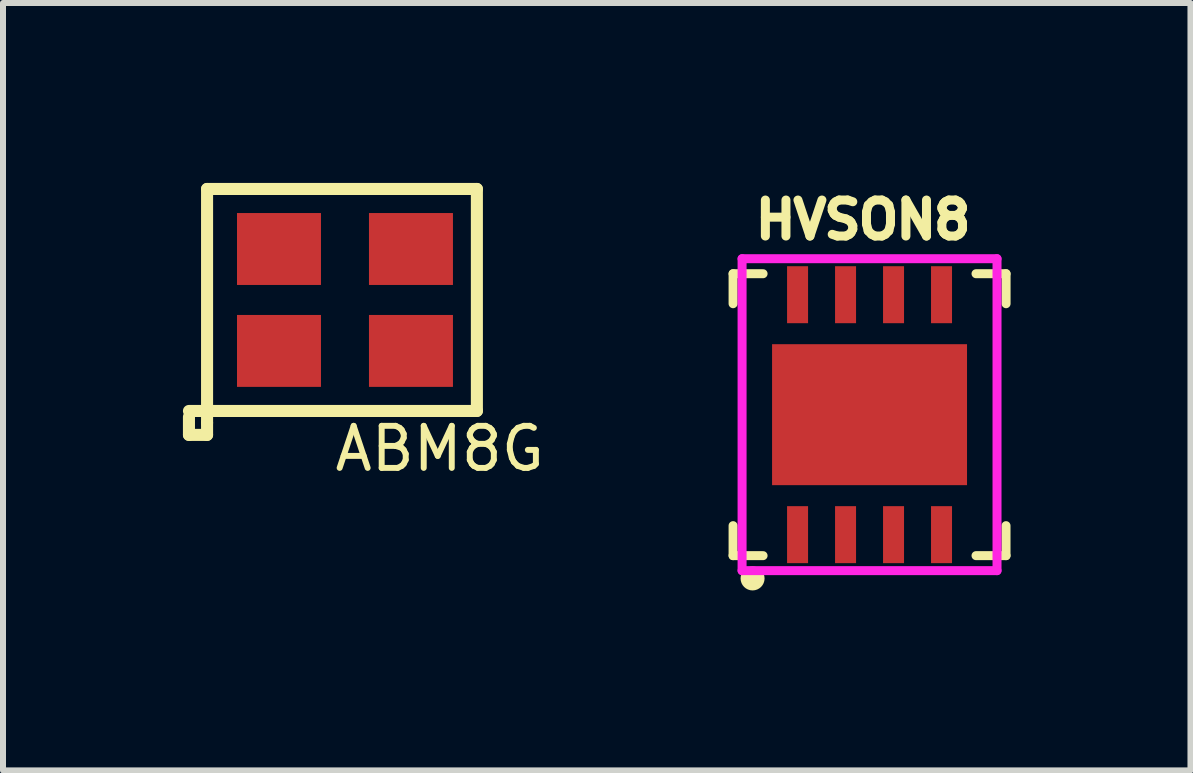
<source format=kicad_pcb>
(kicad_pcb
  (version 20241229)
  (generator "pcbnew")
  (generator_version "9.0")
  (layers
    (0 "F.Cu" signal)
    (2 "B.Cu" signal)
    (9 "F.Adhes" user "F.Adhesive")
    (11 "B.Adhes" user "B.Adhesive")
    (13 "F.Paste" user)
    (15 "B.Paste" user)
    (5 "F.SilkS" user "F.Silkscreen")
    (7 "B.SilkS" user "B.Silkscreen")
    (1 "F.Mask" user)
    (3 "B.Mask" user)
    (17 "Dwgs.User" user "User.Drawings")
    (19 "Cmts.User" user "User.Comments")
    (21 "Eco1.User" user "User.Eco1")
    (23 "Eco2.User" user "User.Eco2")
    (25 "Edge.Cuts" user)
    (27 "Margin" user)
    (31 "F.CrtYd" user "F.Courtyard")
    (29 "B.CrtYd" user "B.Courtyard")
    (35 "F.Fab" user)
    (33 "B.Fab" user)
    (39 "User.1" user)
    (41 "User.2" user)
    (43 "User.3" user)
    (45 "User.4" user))
  (footprint "ABM8G"
    (layer "F.Cu")
    (at 1.601 2.8)
    (property "Reference" "ABM8G" (at 2.68 1.631 0) (layer "F.SilkS") (effects (font (size 0.701 0.701) (thickness 0.099))))
    (attr through_hole)
    (fp_line (start -1.501 1.001) (end 3.299 1.001) (stroke (width 0.201) (type solid)) (layer "F.SilkS"))
    (fp_line (start -1.501 1.4) (end -1.501 1.1) (stroke (width 0.201) (type solid)) (layer "F.SilkS"))
    (fp_line (start -1.199 -2.7) (end -1.199 1.199) (stroke (width 0.201) (type solid)) (layer "F.SilkS"))
    (fp_line (start -1.199 1.199) (end -1.199 1.4) (stroke (width 0.201) (type solid)) (layer "F.SilkS"))
    (fp_line (start -1.199 1.4) (end -1.501 1.4) (stroke (width 0.201) (type solid)) (layer "F.SilkS"))
    (fp_line (start 3.299 -2.7) (end -1.199 -2.7) (stroke (width 0.201) (type solid)) (layer "F.SilkS"))
    (fp_line (start 3.299 1.001) (end 3.299 -2.7) (stroke (width 0.201) (type solid)) (layer "F.SilkS"))
    (pad "1" smd rect (at 0 0) (size 1.4 1.199) (layers "F.Cu" "F.Mask" "F.Paste"))
    (pad "2" smd rect (at 2.2 0) (size 1.4 1.199) (layers "F.Cu" "F.Mask" "F.Paste"))
    (pad "3" smd rect (at 2.2 -1.699) (size 1.4 1.199) (layers "F.Cu" "F.Mask" "F.Paste"))
    (pad "4" smd rect (at 0 -1.699) (size 1.4 1.199) (layers "F.Cu" "F.Mask" "F.Paste")))
  (footprint "HVSON8"
    (layer "F.Cu")
    (at 11.446 3.863)
    (property "Reference" "HVSON8" (at -0.108 -3.248 180) (layer "F.SilkS") (effects (font (size 0.6 0.6) (thickness 0.15))))
    (attr smd)
    (fp_line (start -2.275 -2.35) (end -2.275 -1.85) (stroke (width 0.15) (type solid)) (layer "F.SilkS"))
    (fp_line (start -2.275 -2.35) (end -1.775 -2.35) (stroke (width 0.15) (type solid)) (layer "F.SilkS"))
    (fp_line (start -2.275 2.35) (end -2.275 1.85) (stroke (width 0.15) (type solid)) (layer "F.SilkS"))
    (fp_line (start -2.275 2.35) (end -1.775 2.35) (stroke (width 0.15) (type solid)) (layer "F.SilkS"))
    (fp_line (start 2.275 -2.35) (end 1.775 -2.35) (stroke (width 0.15) (type solid)) (layer "F.SilkS"))
    (fp_line (start 2.275 2.35) (end 1.775 2.35) (stroke (width 0.15) (type solid)) (layer "F.SilkS"))
    (fp_line (start 2.275 2.35) (end 2.275 1.85) (stroke (width 0.15) (type solid)) (layer "F.SilkS"))
    (fp_line (start 2.276 -2.35) (end 2.276 -1.85) (stroke (width 0.15) (type solid)) (layer "F.SilkS"))
    (fp_circle (center -1.95 2.73) (end -1.85 2.73) (stroke (width 0.2) (type solid)) (fill no) (layer "F.SilkS"))
    (fp_line (start -2.125 -2.6) (end 2.125 -2.6) (stroke (width 0.15) (type solid)) (layer "F.CrtYd"))
    (fp_line (start -2.125 2.6) (end -2.125 -2.6) (stroke (width 0.15) (type solid)) (layer "F.CrtYd"))
    (fp_line (start -2.125 2.6) (end 2.125 2.6) (stroke (width 0.15) (type solid)) (layer "F.CrtYd"))
    (fp_line (start 2.125 2.6) (end 2.125 -2.6) (stroke (width 0.15) (type solid)) (layer "F.CrtYd"))
    (pad "1" smd rect (at -1.2 2) (size 0.35 0.95) (layers "F.Cu" "F.Mask" "F.Paste"))
    (pad "2" smd rect (at -0.4 2) (size 0.35 0.95) (layers "F.Cu" "F.Mask" "F.Paste"))
    (pad "3" smd rect (at 0.4 2) (size 0.35 0.95) (layers "F.Cu" "F.Mask" "F.Paste"))
    (pad "4" smd rect (at 1.2 2) (size 0.35 0.95) (layers "F.Cu" "F.Mask" "F.Paste"))
    (pad "5" smd rect (at 1.2 -2) (size 0.35 0.95) (layers "F.Cu" "F.Mask" "F.Paste"))
    (pad "6" smd rect (at 0.4 -2) (size 0.35 0.95) (layers "F.Cu" "F.Mask" "F.Paste"))
    (pad "7" smd rect (at -0.4 -2) (size 0.35 0.95) (layers "F.Cu" "F.Mask" "F.Paste"))
    (pad "8" smd rect (at -1.2 -2) (size 0.35 0.95) (layers "F.Cu" "F.Mask" "F.Paste"))
    (pad "PAD" smd rect (at 0 0) (size 3.25 2.35) (layers "F.Cu" "F.Mask" "F.Paste")))
  (gr_rect
    (start -3 -3)
    (end 16.796 9.793)
    (stroke (width 0.1) (type default))
    (fill no)
    (layer "Edge.Cuts")))
</source>
